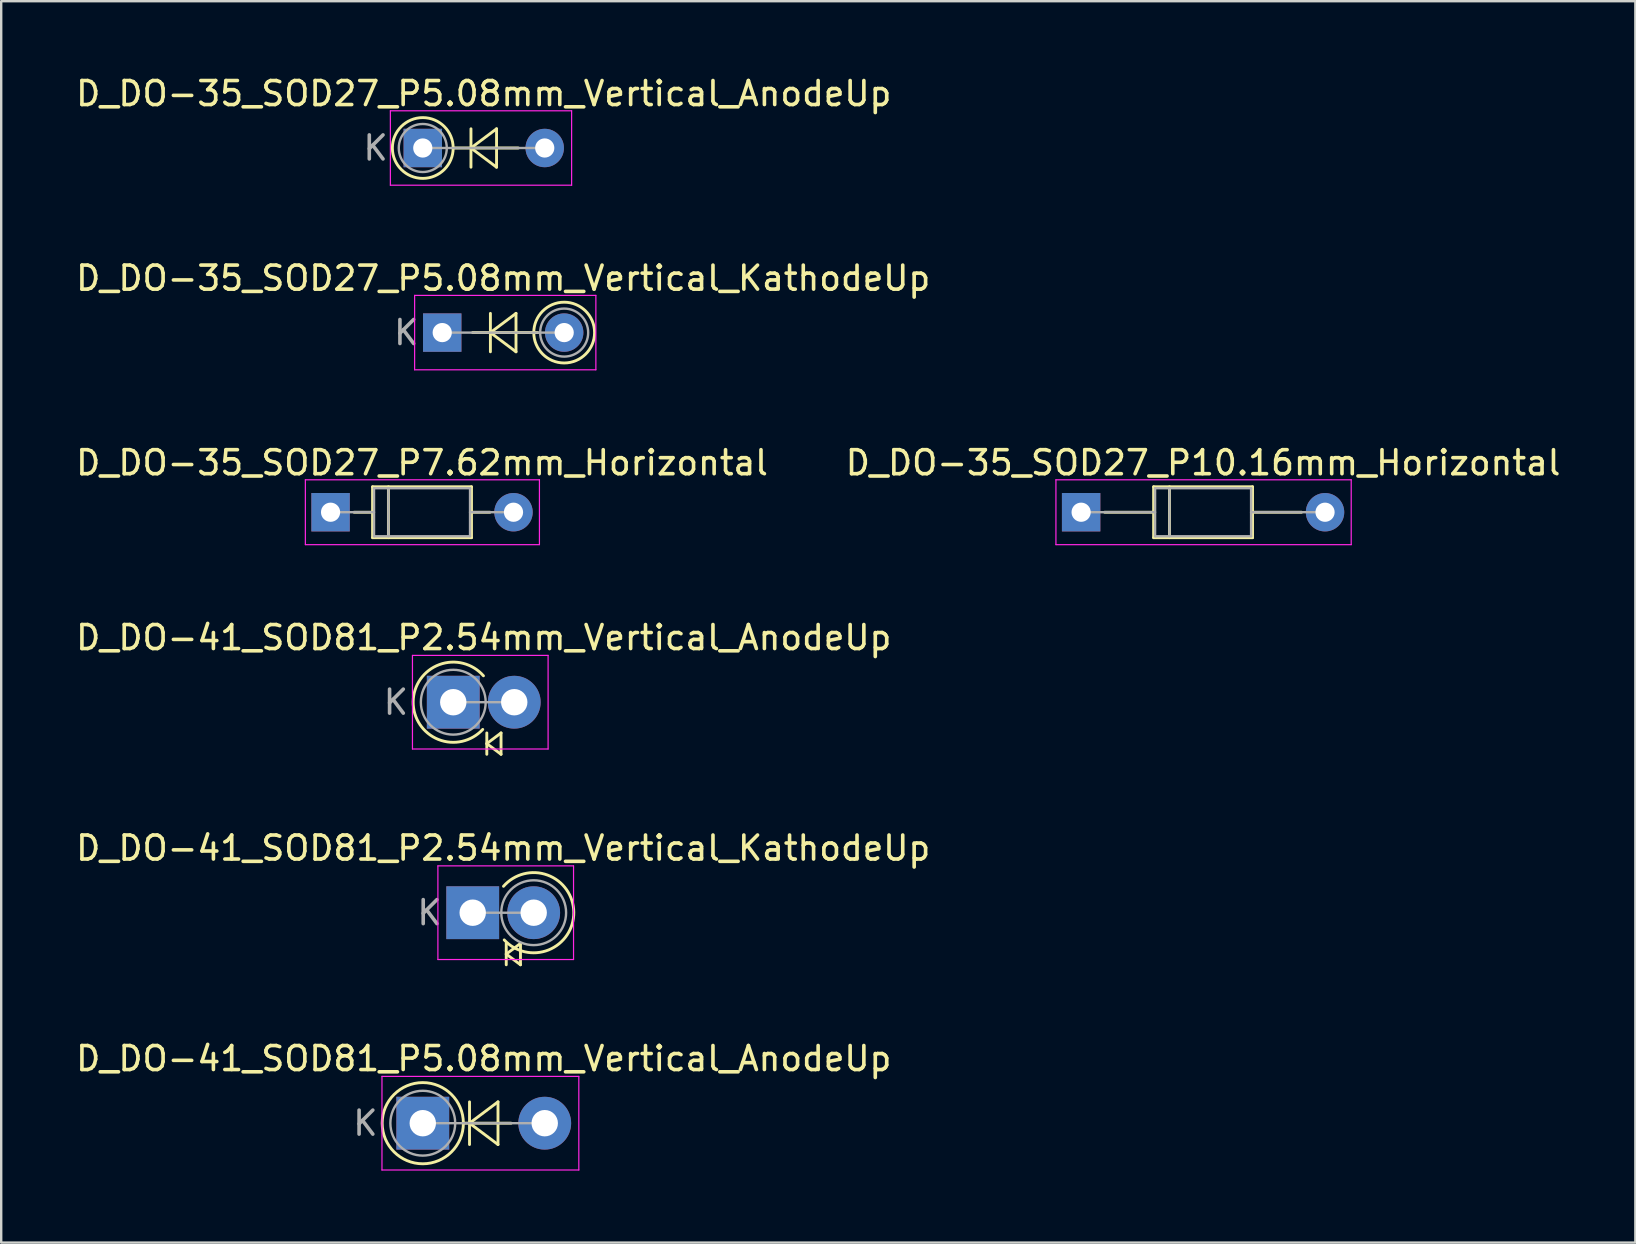
<source format=kicad_pcb>
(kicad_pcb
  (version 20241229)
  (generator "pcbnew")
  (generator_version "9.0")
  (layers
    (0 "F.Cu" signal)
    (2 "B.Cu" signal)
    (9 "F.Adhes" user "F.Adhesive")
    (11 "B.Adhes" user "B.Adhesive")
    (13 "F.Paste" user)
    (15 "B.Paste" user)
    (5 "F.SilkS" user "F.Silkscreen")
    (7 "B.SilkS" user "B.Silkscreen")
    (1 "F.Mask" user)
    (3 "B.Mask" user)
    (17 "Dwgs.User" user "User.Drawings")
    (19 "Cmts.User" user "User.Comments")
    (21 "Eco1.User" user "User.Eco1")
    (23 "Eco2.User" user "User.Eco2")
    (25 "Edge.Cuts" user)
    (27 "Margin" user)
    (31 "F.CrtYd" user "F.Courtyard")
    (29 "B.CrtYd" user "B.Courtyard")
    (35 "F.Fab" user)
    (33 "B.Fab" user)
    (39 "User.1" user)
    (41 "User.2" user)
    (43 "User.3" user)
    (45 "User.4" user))
  (footprint "D_DO-35_SOD27_P5.08mm_Vertical_AnodeUp"
    (layer "F.Cu")
    (at 14.561 3.115)
    (property "Reference" "D_DO-35_SOD27_P5.08mm_Vertical_AnodeUp" (at 2.54 -2.266 0) (layer "F.SilkS") (effects (font (size 1 1) (thickness 0.15))))
    (attr through_hole)
    (fp_line (start 1.266 0) (end 3.98 0) (stroke (width 0.12) (type solid)) (layer "F.SilkS"))
    (fp_line (start 2.007 -0.8) (end 2.007 0.8) (stroke (width 0.12) (type solid)) (layer "F.SilkS"))
    (fp_line (start 2.007 0) (end 3.073 -0.8) (stroke (width 0.12) (type solid)) (layer "F.SilkS"))
    (fp_line (start 3.073 -0.8) (end 3.073 0.8) (stroke (width 0.12) (type solid)) (layer "F.SilkS"))
    (fp_line (start 3.073 0.8) (end 2.007 0) (stroke (width 0.12) (type solid)) (layer "F.SilkS"))
    (fp_circle (center 0 0) (end 1.266 0) (stroke (width 0.12) (type solid)) (fill no) (layer "F.SilkS"))
    (fp_line (start -1.35 -1.55) (end -1.35 1.55) (stroke (width 0.05) (type solid)) (layer "F.CrtYd"))
    (fp_line (start -1.35 1.55) (end 6.2 1.55) (stroke (width 0.05) (type solid)) (layer "F.CrtYd"))
    (fp_line (start 6.2 -1.55) (end -1.35 -1.55) (stroke (width 0.05) (type solid)) (layer "F.CrtYd"))
    (fp_line (start 6.2 1.55) (end 6.2 -1.55) (stroke (width 0.05) (type solid)) (layer "F.CrtYd"))
    (fp_line (start 0 0) (end 5.08 0) (stroke (width 0.1) (type solid)) (layer "F.Fab"))
    (fp_circle (center 0 0) (end 1 0) (stroke (width 0.1) (type solid)) (fill no) (layer "F.Fab"))
    (fp_text user "K" (at -1.966 0 0) (layer "F.Fab") (effects (font (size 1 1) (thickness 0.15))))
    (pad "1" thru_hole rect (at 0 0) (size 1.6 1.6) (drill 0.8) (layers "*.Cu" "*.Mask"))
    (pad "2" thru_hole oval (at 5.08 0) (size 1.6 1.6) (drill 0.8) (layers "*.Cu" "*.Mask")))
  (footprint "D_DO-35_SOD27_P10.16mm_Horizontal"
    (layer "F.Cu")
    (at 41.985 18.287)
    (property "Reference" "D_DO-35_SOD27_P10.16mm_Horizontal" (at 5.08 -2.06 0) (layer "F.SilkS") (effects (font (size 1 1) (thickness 0.15))))
    (attr through_hole)
    (fp_line (start 0.98 0) (end 3.02 0) (stroke (width 0.12) (type solid)) (layer "F.SilkS"))
    (fp_line (start 3.02 -1.06) (end 3.02 1.06) (stroke (width 0.12) (type solid)) (layer "F.SilkS"))
    (fp_line (start 3.02 1.06) (end 7.14 1.06) (stroke (width 0.12) (type solid)) (layer "F.SilkS"))
    (fp_line (start 3.68 -1.06) (end 3.68 1.06) (stroke (width 0.12) (type solid)) (layer "F.SilkS"))
    (fp_line (start 7.14 -1.06) (end 3.02 -1.06) (stroke (width 0.12) (type solid)) (layer "F.SilkS"))
    (fp_line (start 7.14 1.06) (end 7.14 -1.06) (stroke (width 0.12) (type solid)) (layer "F.SilkS"))
    (fp_line (start 9.18 0) (end 7.14 0) (stroke (width 0.12) (type solid)) (layer "F.SilkS"))
    (fp_line (start -1.05 -1.35) (end -1.05 1.35) (stroke (width 0.05) (type solid)) (layer "F.CrtYd"))
    (fp_line (start -1.05 1.35) (end 11.25 1.35) (stroke (width 0.05) (type solid)) (layer "F.CrtYd"))
    (fp_line (start 11.25 -1.35) (end -1.05 -1.35) (stroke (width 0.05) (type solid)) (layer "F.CrtYd"))
    (fp_line (start 11.25 1.35) (end 11.25 -1.35) (stroke (width 0.05) (type solid)) (layer "F.CrtYd"))
    (fp_line (start 0 0) (end 3.08 0) (stroke (width 0.1) (type solid)) (layer "F.Fab"))
    (fp_line (start 3.08 -1) (end 3.08 1) (stroke (width 0.1) (type solid)) (layer "F.Fab"))
    (fp_line (start 3.08 1) (end 7.08 1) (stroke (width 0.1) (type solid)) (layer "F.Fab"))
    (fp_line (start 3.68 -1) (end 3.68 1) (stroke (width 0.1) (type solid)) (layer "F.Fab"))
    (fp_line (start 7.08 -1) (end 3.08 -1) (stroke (width 0.1) (type solid)) (layer "F.Fab"))
    (fp_line (start 7.08 1) (end 7.08 -1) (stroke (width 0.1) (type solid)) (layer "F.Fab"))
    (fp_line (start 10.16 0) (end 7.08 0) (stroke (width 0.1) (type solid)) (layer "F.Fab"))
    (pad "1" thru_hole rect (at 0 0) (size 1.6 1.6) (drill 0.8) (layers "*.Cu" "*.Mask"))
    (pad "2" thru_hole oval (at 10.16 0) (size 1.6 1.6) (drill 0.8) (layers "*.Cu" "*.Mask")))
  (footprint "D_DO-35_SOD27_P7.62mm_Horizontal"
    (layer "F.Cu")
    (at 10.72 18.287)
    (property "Reference" "D_DO-35_SOD27_P7.62mm_Horizontal" (at 3.81 -2.06 0) (layer "F.SilkS") (effects (font (size 1 1) (thickness 0.15))))
    (attr through_hole)
    (fp_line (start 0.98 0) (end 1.75 0) (stroke (width 0.12) (type solid)) (layer "F.SilkS"))
    (fp_line (start 1.75 -1.06) (end 1.75 1.06) (stroke (width 0.12) (type solid)) (layer "F.SilkS"))
    (fp_line (start 1.75 1.06) (end 5.87 1.06) (stroke (width 0.12) (type solid)) (layer "F.SilkS"))
    (fp_line (start 2.41 -1.06) (end 2.41 1.06) (stroke (width 0.12) (type solid)) (layer "F.SilkS"))
    (fp_line (start 5.87 -1.06) (end 1.75 -1.06) (stroke (width 0.12) (type solid)) (layer "F.SilkS"))
    (fp_line (start 5.87 1.06) (end 5.87 -1.06) (stroke (width 0.12) (type solid)) (layer "F.SilkS"))
    (fp_line (start 6.64 0) (end 5.87 0) (stroke (width 0.12) (type solid)) (layer "F.SilkS"))
    (fp_line (start -1.05 -1.35) (end -1.05 1.35) (stroke (width 0.05) (type solid)) (layer "F.CrtYd"))
    (fp_line (start -1.05 1.35) (end 8.7 1.35) (stroke (width 0.05) (type solid)) (layer "F.CrtYd"))
    (fp_line (start 8.7 -1.35) (end -1.05 -1.35) (stroke (width 0.05) (type solid)) (layer "F.CrtYd"))
    (fp_line (start 8.7 1.35) (end 8.7 -1.35) (stroke (width 0.05) (type solid)) (layer "F.CrtYd"))
    (fp_line (start 0 0) (end 1.81 0) (stroke (width 0.1) (type solid)) (layer "F.Fab"))
    (fp_line (start 1.81 -1) (end 1.81 1) (stroke (width 0.1) (type solid)) (layer "F.Fab"))
    (fp_line (start 1.81 1) (end 5.81 1) (stroke (width 0.1) (type solid)) (layer "F.Fab"))
    (fp_line (start 2.41 -1) (end 2.41 1) (stroke (width 0.1) (type solid)) (layer "F.Fab"))
    (fp_line (start 5.81 -1) (end 1.81 -1) (stroke (width 0.1) (type solid)) (layer "F.Fab"))
    (fp_line (start 5.81 1) (end 5.81 -1) (stroke (width 0.1) (type solid)) (layer "F.Fab"))
    (fp_line (start 7.62 0) (end 5.81 0) (stroke (width 0.1) (type solid)) (layer "F.Fab"))
    (pad "1" thru_hole rect (at 0 0) (size 1.6 1.6) (drill 0.8) (layers "*.Cu" "*.Mask"))
    (pad "2" thru_hole oval (at 7.62 0) (size 1.6 1.6) (drill 0.8) (layers "*.Cu" "*.Mask")))
  (footprint "D_DO-41_SOD81_P2.54mm_Vertical_KathodeUp"
    (layer "F.Cu")
    (at 16.641 34.969)
    (property "Reference" "D_DO-41_SOD81_P2.54mm_Vertical_KathodeUp" (at 1.27 -2.691 0) (layer "F.SilkS") (effects (font (size 1 1) (thickness 0.15))))
    (attr through_hole)
    (fp_line (start 1.397 1.28) (end 1.397 2.169) (stroke (width 0.12) (type solid)) (layer "F.SilkS"))
    (fp_line (start 1.397 1.724) (end 1.99 1.28) (stroke (width 0.12) (type solid)) (layer "F.SilkS"))
    (fp_line (start 1.99 1.28) (end 1.99 2.169) (stroke (width 0.12) (type solid)) (layer "F.SilkS"))
    (fp_line (start 1.99 2.169) (end 1.397 1.724) (stroke (width 0.12) (type solid)) (layer "F.SilkS"))
    (fp_arc (start 1.282484 -1.1) (mid 4.21058 -0.022525) (end 1.312599 1.133505) (stroke (width 0.12) (type solid)) (layer "F.SilkS"))
    (fp_line (start -1.45 -1.95) (end -1.45 1.95) (stroke (width 0.05) (type solid)) (layer "F.CrtYd"))
    (fp_line (start -1.45 1.95) (end 4.2 1.95) (stroke (width 0.05) (type solid)) (layer "F.CrtYd"))
    (fp_line (start 4.2 -1.95) (end -1.45 -1.95) (stroke (width 0.05) (type solid)) (layer "F.CrtYd"))
    (fp_line (start 4.2 1.95) (end 4.2 -1.95) (stroke (width 0.05) (type solid)) (layer "F.CrtYd"))
    (fp_line (start 0 0) (end 2.54 0) (stroke (width 0.1) (type solid)) (layer "F.Fab"))
    (fp_circle (center 2.54 0) (end 3.89 0) (stroke (width 0.1) (type solid)) (fill no) (layer "F.Fab"))
    (fp_text user "K" (at -1.8 0 0) (layer "F.Fab") (effects (font (size 1 1) (thickness 0.15))))
    (pad "1" thru_hole rect (at 0 0) (size 2.2 2.2) (drill 1.1) (layers "*.Cu" "*.Mask"))
    (pad "2" thru_hole oval (at 2.54 0) (size 2.2 2.2) (drill 1.1) (layers "*.Cu" "*.Mask")))
  (footprint "D_DO-41_SOD81_P2.54mm_Vertical_AnodeUp"
    (layer "F.Cu")
    (at 15.831 26.201)
    (property "Reference" "D_DO-41_SOD81_P2.54mm_Vertical_AnodeUp" (at 1.27 -2.691 0) (layer "F.SilkS") (effects (font (size 1 1) (thickness 0.15))))
    (attr through_hole)
    (fp_line (start 1.397 1.28) (end 1.397 2.169) (stroke (width 0.12) (type solid)) (layer "F.SilkS"))
    (fp_line (start 1.397 1.724) (end 1.99 1.28) (stroke (width 0.12) (type solid)) (layer "F.SilkS"))
    (fp_line (start 1.99 1.28) (end 1.99 2.169) (stroke (width 0.12) (type solid)) (layer "F.SilkS"))
    (fp_line (start 1.99 2.169) (end 1.397 1.724) (stroke (width 0.12) (type solid)) (layer "F.SilkS"))
    (fp_arc (start 1.227401 1.133505) (mid -1.670581 -0.022525) (end 1.257516 -1.1) (stroke (width 0.12) (type solid)) (layer "F.SilkS"))
    (fp_line (start -1.7 -1.95) (end -1.7 1.95) (stroke (width 0.05) (type solid)) (layer "F.CrtYd"))
    (fp_line (start -1.7 1.95) (end 3.95 1.95) (stroke (width 0.05) (type solid)) (layer "F.CrtYd"))
    (fp_line (start 3.95 -1.95) (end -1.7 -1.95) (stroke (width 0.05) (type solid)) (layer "F.CrtYd"))
    (fp_line (start 3.95 1.95) (end 3.95 -1.95) (stroke (width 0.05) (type solid)) (layer "F.CrtYd"))
    (fp_line (start 0 0) (end 2.54 0) (stroke (width 0.1) (type solid)) (layer "F.Fab"))
    (fp_circle (center 0 0) (end 1.35 0) (stroke (width 0.1) (type solid)) (fill no) (layer "F.Fab"))
    (fp_text user "K" (at -2.391 0 0) (layer "F.Fab") (effects (font (size 1 1) (thickness 0.15))))
    (pad "1" thru_hole rect (at 0 0) (size 2.2 2.2) (drill 1.1) (layers "*.Cu" "*.Mask"))
    (pad "2" thru_hole oval (at 2.54 0) (size 2.2 2.2) (drill 1.1) (layers "*.Cu" "*.Mask")))
  (footprint "D_DO-41_SOD81_P5.08mm_Vertical_AnodeUp"
    (layer "F.Cu")
    (at 14.561 43.737)
    (property "Reference" "D_DO-41_SOD81_P5.08mm_Vertical_AnodeUp" (at 2.54 -2.691 0) (layer "F.SilkS") (effects (font (size 1 1) (thickness 0.15))))
    (attr through_hole)
    (fp_line (start 1.691 0) (end 3.68 0) (stroke (width 0.12) (type solid)) (layer "F.SilkS"))
    (fp_line (start 1.947 -0.889) (end 1.947 0.889) (stroke (width 0.12) (type solid)) (layer "F.SilkS"))
    (fp_line (start 1.947 0) (end 3.133 -0.889) (stroke (width 0.12) (type solid)) (layer "F.SilkS"))
    (fp_line (start 3.133 -0.889) (end 3.133 0.889) (stroke (width 0.12) (type solid)) (layer "F.SilkS"))
    (fp_line (start 3.133 0.889) (end 1.947 0) (stroke (width 0.12) (type solid)) (layer "F.SilkS"))
    (fp_circle (center 0 0) (end 1.691 0) (stroke (width 0.12) (type solid)) (fill no) (layer "F.SilkS"))
    (fp_line (start -1.7 -1.95) (end -1.7 1.95) (stroke (width 0.05) (type solid)) (layer "F.CrtYd"))
    (fp_line (start -1.7 1.95) (end 6.5 1.95) (stroke (width 0.05) (type solid)) (layer "F.CrtYd"))
    (fp_line (start 6.5 -1.95) (end -1.7 -1.95) (stroke (width 0.05) (type solid)) (layer "F.CrtYd"))
    (fp_line (start 6.5 1.95) (end 6.5 -1.95) (stroke (width 0.05) (type solid)) (layer "F.CrtYd"))
    (fp_line (start 0 0) (end 5.08 0) (stroke (width 0.1) (type solid)) (layer "F.Fab"))
    (fp_circle (center 0 0) (end 1.35 0) (stroke (width 0.1) (type solid)) (fill no) (layer "F.Fab"))
    (fp_text user "K" (at -2.391 0 0) (layer "F.Fab") (effects (font (size 1 1) (thickness 0.15))))
    (pad "1" thru_hole rect (at 0 0) (size 2.2 2.2) (drill 1.1) (layers "*.Cu" "*.Mask"))
    (pad "2" thru_hole oval (at 5.08 0) (size 2.2 2.2) (drill 1.1) (layers "*.Cu" "*.Mask")))
  (footprint "D_DO-35_SOD27_P5.08mm_Vertical_KathodeUp"
    (layer "F.Cu")
    (at 15.371 10.804)
    (property "Reference" "D_DO-35_SOD27_P5.08mm_Vertical_KathodeUp" (at 2.54 -2.266 0) (layer "F.SilkS") (effects (font (size 1 1) (thickness 0.15))))
    (attr through_hole)
    (fp_line (start 1.266 0) (end 3.98 0) (stroke (width 0.12) (type solid)) (layer "F.SilkS"))
    (fp_line (start 2.007 -0.8) (end 2.007 0.8) (stroke (width 0.12) (type solid)) (layer "F.SilkS"))
    (fp_line (start 2.007 0) (end 3.073 -0.8) (stroke (width 0.12) (type solid)) (layer "F.SilkS"))
    (fp_line (start 3.073 -0.8) (end 3.073 0.8) (stroke (width 0.12) (type solid)) (layer "F.SilkS"))
    (fp_line (start 3.073 0.8) (end 2.007 0) (stroke (width 0.12) (type solid)) (layer "F.SilkS"))
    (fp_circle (center 5.08 0) (end 6.346 0) (stroke (width 0.12) (type solid)) (fill no) (layer "F.SilkS"))
    (fp_line (start -1.15 -1.55) (end -1.15 1.55) (stroke (width 0.05) (type solid)) (layer "F.CrtYd"))
    (fp_line (start -1.15 1.55) (end 6.4 1.55) (stroke (width 0.05) (type solid)) (layer "F.CrtYd"))
    (fp_line (start 6.4 -1.55) (end -1.15 -1.55) (stroke (width 0.05) (type solid)) (layer "F.CrtYd"))
    (fp_line (start 6.4 1.55) (end 6.4 -1.55) (stroke (width 0.05) (type solid)) (layer "F.CrtYd"))
    (fp_line (start 0 0) (end 5.08 0) (stroke (width 0.1) (type solid)) (layer "F.Fab"))
    (fp_circle (center 5.08 0) (end 6.08 0) (stroke (width 0.1) (type solid)) (fill no) (layer "F.Fab"))
    (fp_text user "K" (at -1.5 0 0) (layer "F.Fab") (effects (font (size 1 1) (thickness 0.15))))
    (pad "1" thru_hole rect (at 0 0) (size 1.6 1.6) (drill 0.8) (layers "*.Cu" "*.Mask"))
    (pad "2" thru_hole oval (at 5.08 0) (size 1.6 1.6) (drill 0.8) (layers "*.Cu" "*.Mask")))
  (gr_rect
    (start -3 -3)
    (end 65.071 48.712)
    (stroke (width 0.1) (type default))
    (fill no)
    (layer "Edge.Cuts")))
</source>
